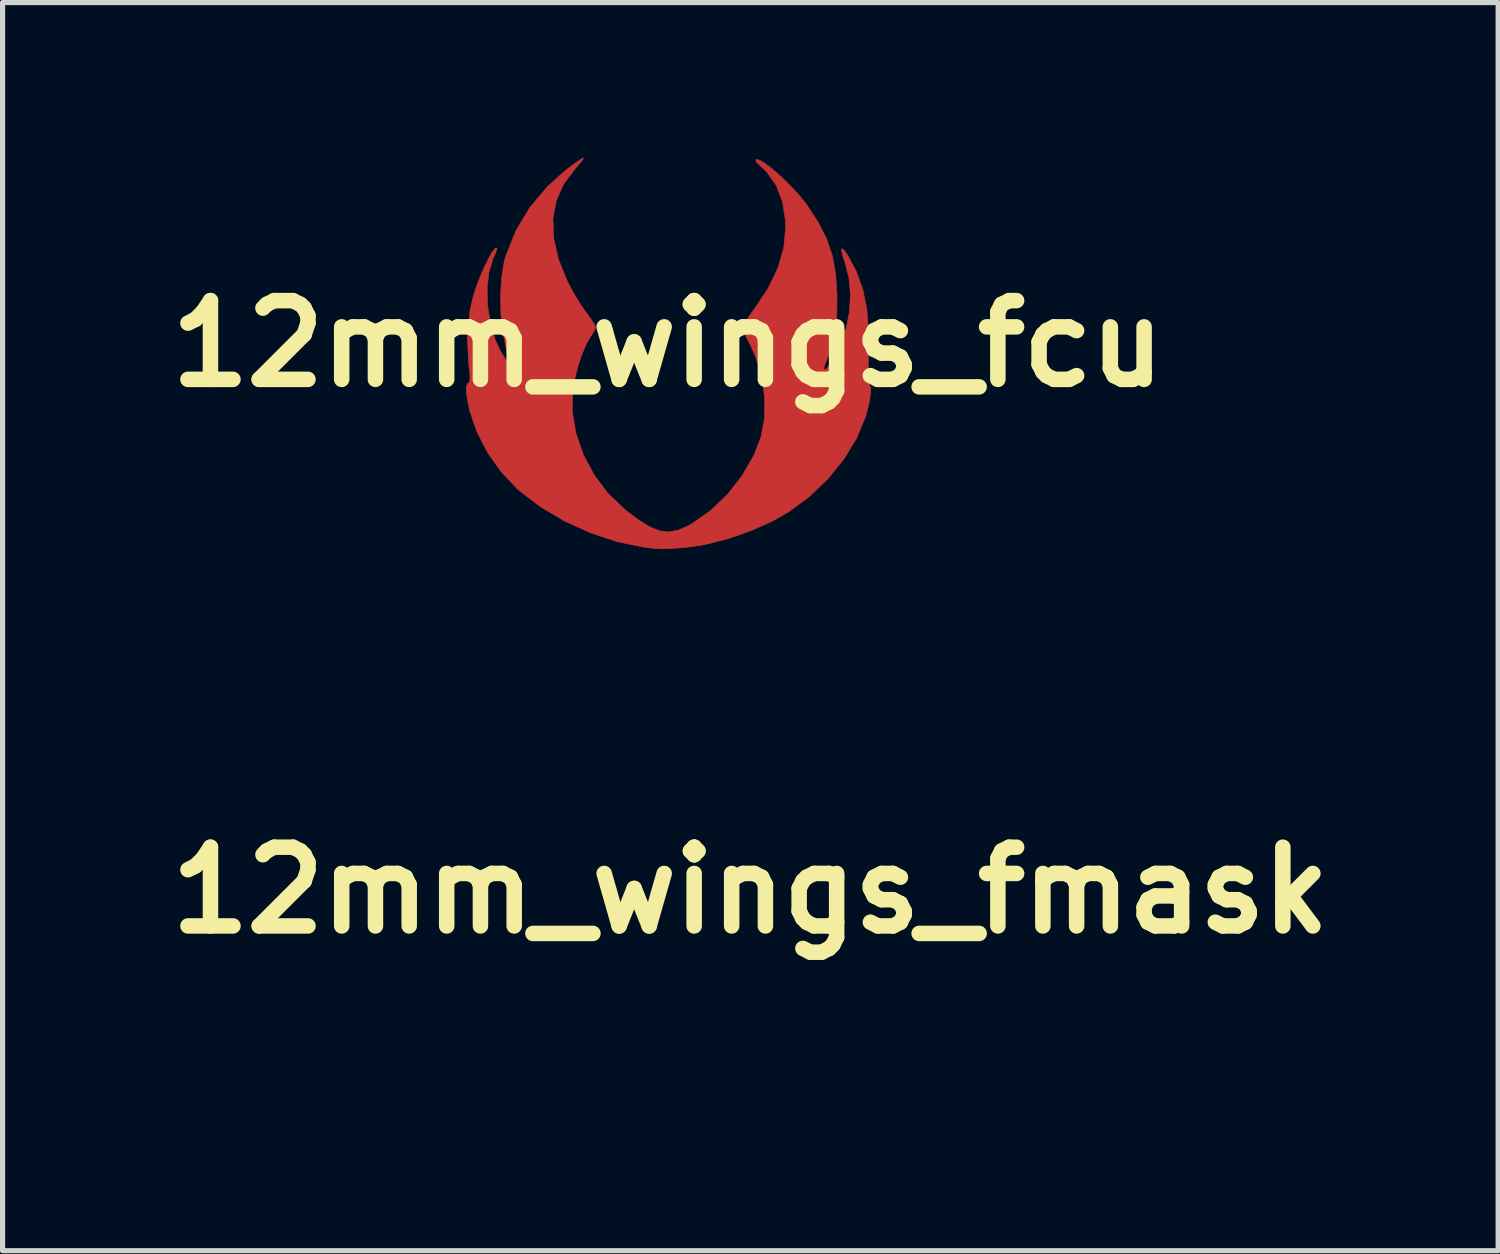
<source format=kicad_pcb>
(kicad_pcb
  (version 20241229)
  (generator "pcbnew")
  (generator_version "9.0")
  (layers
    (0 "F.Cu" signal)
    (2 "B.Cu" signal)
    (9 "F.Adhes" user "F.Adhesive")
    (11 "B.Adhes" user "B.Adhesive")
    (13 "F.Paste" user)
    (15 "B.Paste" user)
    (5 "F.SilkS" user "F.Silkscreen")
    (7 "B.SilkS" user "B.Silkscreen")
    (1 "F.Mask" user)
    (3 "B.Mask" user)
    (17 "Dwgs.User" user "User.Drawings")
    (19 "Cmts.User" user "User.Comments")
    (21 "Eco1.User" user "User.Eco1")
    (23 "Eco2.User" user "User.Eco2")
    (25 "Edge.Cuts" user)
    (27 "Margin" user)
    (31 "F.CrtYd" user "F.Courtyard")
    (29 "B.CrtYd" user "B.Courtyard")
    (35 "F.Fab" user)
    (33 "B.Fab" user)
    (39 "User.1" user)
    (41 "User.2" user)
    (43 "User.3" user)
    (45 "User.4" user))
  (footprint "12mm_wings_fcu"
    (layer "F.Cu")
    (at 9.877 3.603)
    (property "Reference" "12mm_wings_fcu" (at 0 0 0) (layer "F.SilkS") (effects (font (size 1.524 1.524) (thickness 0.3))))
    (attr through_hole)
    (fp_poly (pts (xy -1.643 -3.571) (xy -1.697 -3.498) (xy -1.788 -3.395) (xy -1.796 -3.385) (xy -2.018 -3.091) (xy -2.161 -2.766) (xy -2.225 -2.414) (xy -2.21 -2.035) (xy -2.116 -1.63) (xy -1.945 -1.206) (xy -1.841 -1.01) (xy -1.719 -0.805) (xy -1.603 -0.633) (xy -1.589 -0.615) (xy -1.496 -0.487) (xy -1.428 -0.382) (xy -1.398 -0.32) (xy -1.397 -0.316) (xy -1.42 -0.256) (xy -1.479 -0.161) (xy -1.504 -0.125) (xy -1.586 0.019) (xy -1.67 0.222) (xy -1.746 0.458) (xy -1.807 0.7) (xy -1.843 0.915) (xy -1.848 1.326) (xy -1.777 1.743) (xy -1.634 2.153) (xy -1.426 2.541) (xy -1.159 2.897) (xy -0.837 3.205) (xy -0.817 3.222) (xy -0.559 3.415) (xy -0.343 3.548) (xy -0.155 3.623) (xy 0.019 3.642) (xy 0.194 3.61) (xy 0.383 3.528) (xy 0.466 3.482) (xy 0.826 3.229) (xy 1.155 2.914) (xy 1.437 2.554) (xy 1.661 2.165) (xy 1.803 1.799) (xy 1.87 1.439) (xy 1.873 1.047) (xy 1.816 0.646) (xy 1.7 0.258) (xy 1.584 0.001) (xy 1.513 -0.138) (xy 1.462 -0.251) (xy 1.44 -0.314) (xy 1.439 -0.316) (xy 1.463 -0.368) (xy 1.528 -0.468) (xy 1.62 -0.6) (xy 1.668 -0.665) (xy 1.941 -1.075) (xy 2.132 -1.474) (xy 2.244 -1.869) (xy 2.279 -2.265) (xy 2.274 -2.392) (xy 2.216 -2.756) (xy 2.094 -3.069) (xy 1.911 -3.328) (xy 1.789 -3.443) (xy 1.71 -3.521) (xy 1.699 -3.564) (xy 1.752 -3.562) (xy 1.825 -3.527) (xy 1.975 -3.421) (xy 2.156 -3.267) (xy 2.345 -3.085) (xy 2.523 -2.895) (xy 2.67 -2.716) (xy 2.688 -2.69) (xy 2.911 -2.349) (xy 3.074 -2.027) (xy 3.184 -1.7) (xy 3.248 -1.347) (xy 3.273 -0.944) (xy 3.273 -0.804) (xy 3.269 -0.539) (xy 3.255 -0.328) (xy 3.226 -0.144) (xy 3.175 0.041) (xy 3.098 0.256) (xy 3.027 0.434) (xy 3.02 0.494) (xy 3.038 0.508) (xy 3.081 0.472) (xy 3.145 0.374) (xy 3.222 0.234) (xy 3.303 0.068) (xy 3.377 -0.104) (xy 3.438 -0.266) (xy 3.454 -0.318) (xy 3.515 -0.625) (xy 3.532 -0.955) (xy 3.504 -1.277) (xy 3.432 -1.557) (xy 3.377 -1.721) (xy 3.358 -1.817) (xy 3.373 -1.844) (xy 3.421 -1.797) (xy 3.482 -1.708) (xy 3.652 -1.388) (xy 3.774 -1.045) (xy 3.851 -0.664) (xy 3.886 -0.233) (xy 3.885 0.198) (xy 3.879 0.449) (xy 3.881 0.639) (xy 3.89 0.76) (xy 3.905 0.804) (xy 3.906 0.804) (xy 3.926 0.842) (xy 3.925 0.942) (xy 3.905 1.086) (xy 3.869 1.254) (xy 3.823 1.418) (xy 3.651 1.833) (xy 3.404 2.236) (xy 3.096 2.616) (xy 2.736 2.96) (xy 2.336 3.255) (xy 2.023 3.434) (xy 1.601 3.622) (xy 1.162 3.775) (xy 0.735 3.884) (xy 0.394 3.937) (xy 0.172 3.957) (xy 0.007 3.968) (xy -0.127 3.97) (xy -0.256 3.962) (xy -0.407 3.945) (xy -0.466 3.937) (xy -0.974 3.834) (xy -1.49 3.664) (xy -1.993 3.436) (xy -2.461 3.16) (xy -2.873 2.846) (xy -2.917 2.807) (xy -3.225 2.481) (xy -3.488 2.109) (xy -3.695 1.709) (xy -3.837 1.3) (xy -3.884 1.067) (xy -3.903 0.913) (xy -3.901 0.823) (xy -3.878 0.777) (xy -3.867 0.769) (xy -3.84 0.738) (xy -3.83 0.673) (xy -3.836 0.558) (xy -3.856 0.379) (xy -3.882 -0.131) (xy -3.831 -0.639) (xy -3.766 -0.926) (xy -3.712 -1.094) (xy -3.641 -1.281) (xy -3.56 -1.468) (xy -3.479 -1.636) (xy -3.406 -1.765) (xy -3.352 -1.836) (xy -3.345 -1.841) (xy -3.313 -1.856) (xy -3.308 -1.835) (xy -3.333 -1.764) (xy -3.385 -1.645) (xy -3.464 -1.383) (xy -3.498 -1.072) (xy -3.489 -0.736) (xy -3.436 -0.397) (xy -3.341 -0.078) (xy -3.337 -0.067) (xy -3.278 0.066) (xy -3.209 0.195) (xy -3.142 0.301) (xy -3.09 0.364) (xy -3.067 0.372) (xy -3.071 0.327) (xy -3.094 0.222) (xy -3.131 0.077) (xy -3.141 0.041) (xy -3.2 -0.253) (xy -3.233 -0.59) (xy -3.239 -0.941) (xy -3.218 -1.281) (xy -3.17 -1.58) (xy -3.14 -1.693) (xy -2.944 -2.183) (xy -2.675 -2.633) (xy -2.334 -3.039) (xy -2.013 -3.329) (xy -1.868 -3.442) (xy -1.746 -3.531) (xy -1.663 -3.586) (xy -1.636 -3.598) (xy -1.643 -3.571)) (stroke (width 0.01) (type solid)) (fill yes) (layer "F.Cu")))
  (footprint "12mm_wings_fmask"
    (layer "F.Cu")
    (at 11.474 14.182)
    (property "Reference" "12mm_wings_fmask" (at 0 0 0) (layer "F.SilkS") (effects (font (size 1.524 1.524) (thickness 0.3))))
    (attr through_hole)
    (fp_poly (pts (xy -1.643 -3.571) (xy -1.697 -3.498) (xy -1.788 -3.395) (xy -1.796 -3.385) (xy -2.018 -3.091) (xy -2.161 -2.766) (xy -2.225 -2.414) (xy -2.21 -2.035) (xy -2.116 -1.63) (xy -1.945 -1.206) (xy -1.841 -1.01) (xy -1.719 -0.805) (xy -1.603 -0.633) (xy -1.589 -0.615) (xy -1.496 -0.487) (xy -1.428 -0.382) (xy -1.398 -0.32) (xy -1.397 -0.316) (xy -1.42 -0.256) (xy -1.479 -0.161) (xy -1.504 -0.125) (xy -1.586 0.019) (xy -1.67 0.222) (xy -1.746 0.458) (xy -1.807 0.7) (xy -1.843 0.915) (xy -1.848 1.326) (xy -1.777 1.743) (xy -1.634 2.153) (xy -1.426 2.541) (xy -1.159 2.897) (xy -0.837 3.205) (xy -0.817 3.222) (xy -0.559 3.415) (xy -0.343 3.548) (xy -0.155 3.623) (xy 0.019 3.642) (xy 0.194 3.61) (xy 0.383 3.528) (xy 0.466 3.482) (xy 0.826 3.229) (xy 1.155 2.914) (xy 1.437 2.554) (xy 1.661 2.165) (xy 1.803 1.799) (xy 1.87 1.439) (xy 1.873 1.047) (xy 1.816 0.646) (xy 1.7 0.258) (xy 1.584 0.001) (xy 1.513 -0.138) (xy 1.462 -0.251) (xy 1.44 -0.314) (xy 1.439 -0.316) (xy 1.463 -0.368) (xy 1.528 -0.468) (xy 1.62 -0.6) (xy 1.668 -0.665) (xy 1.941 -1.075) (xy 2.132 -1.474) (xy 2.244 -1.869) (xy 2.279 -2.265) (xy 2.274 -2.392) (xy 2.216 -2.756) (xy 2.094 -3.069) (xy 1.911 -3.328) (xy 1.789 -3.443) (xy 1.71 -3.521) (xy 1.699 -3.564) (xy 1.752 -3.562) (xy 1.825 -3.527) (xy 1.975 -3.421) (xy 2.156 -3.267) (xy 2.345 -3.085) (xy 2.523 -2.895) (xy 2.67 -2.716) (xy 2.688 -2.69) (xy 2.911 -2.349) (xy 3.074 -2.027) (xy 3.184 -1.7) (xy 3.248 -1.347) (xy 3.273 -0.944) (xy 3.273 -0.804) (xy 3.269 -0.539) (xy 3.255 -0.328) (xy 3.226 -0.144) (xy 3.175 0.041) (xy 3.098 0.256) (xy 3.027 0.434) (xy 3.02 0.494) (xy 3.038 0.508) (xy 3.081 0.472) (xy 3.145 0.374) (xy 3.222 0.234) (xy 3.303 0.068) (xy 3.377 -0.104) (xy 3.438 -0.266) (xy 3.454 -0.318) (xy 3.515 -0.625) (xy 3.532 -0.955) (xy 3.504 -1.277) (xy 3.432 -1.557) (xy 3.377 -1.721) (xy 3.358 -1.817) (xy 3.373 -1.844) (xy 3.421 -1.797) (xy 3.482 -1.708) (xy 3.652 -1.388) (xy 3.774 -1.045) (xy 3.851 -0.664) (xy 3.886 -0.233) (xy 3.885 0.198) (xy 3.879 0.449) (xy 3.881 0.639) (xy 3.89 0.76) (xy 3.905 0.804) (xy 3.906 0.804) (xy 3.926 0.842) (xy 3.925 0.942) (xy 3.905 1.086) (xy 3.869 1.254) (xy 3.823 1.418) (xy 3.651 1.833) (xy 3.404 2.236) (xy 3.096 2.616) (xy 2.736 2.96) (xy 2.336 3.255) (xy 2.023 3.434) (xy 1.601 3.622) (xy 1.162 3.775) (xy 0.735 3.884) (xy 0.394 3.937) (xy 0.172 3.957) (xy 0.007 3.968) (xy -0.127 3.97) (xy -0.256 3.962) (xy -0.407 3.945) (xy -0.466 3.937) (xy -0.974 3.834) (xy -1.49 3.664) (xy -1.993 3.436) (xy -2.461 3.16) (xy -2.873 2.846) (xy -2.917 2.807) (xy -3.225 2.481) (xy -3.488 2.109) (xy -3.695 1.709) (xy -3.837 1.3) (xy -3.884 1.067) (xy -3.903 0.913) (xy -3.901 0.823) (xy -3.878 0.777) (xy -3.867 0.769) (xy -3.84 0.738) (xy -3.83 0.673) (xy -3.836 0.558) (xy -3.856 0.379) (xy -3.882 -0.131) (xy -3.831 -0.639) (xy -3.766 -0.926) (xy -3.712 -1.094) (xy -3.641 -1.281) (xy -3.56 -1.468) (xy -3.479 -1.636) (xy -3.406 -1.765) (xy -3.352 -1.836) (xy -3.345 -1.841) (xy -3.313 -1.856) (xy -3.308 -1.835) (xy -3.333 -1.764) (xy -3.385 -1.645) (xy -3.464 -1.383) (xy -3.498 -1.072) (xy -3.489 -0.736) (xy -3.436 -0.397) (xy -3.341 -0.078) (xy -3.337 -0.067) (xy -3.278 0.066) (xy -3.209 0.195) (xy -3.142 0.301) (xy -3.09 0.364) (xy -3.067 0.372) (xy -3.071 0.327) (xy -3.094 0.222) (xy -3.131 0.077) (xy -3.141 0.041) (xy -3.2 -0.253) (xy -3.233 -0.59) (xy -3.239 -0.941) (xy -3.218 -1.281) (xy -3.17 -1.58) (xy -3.14 -1.693) (xy -2.944 -2.183) (xy -2.675 -2.633) (xy -2.334 -3.039) (xy -2.013 -3.329) (xy -1.868 -3.442) (xy -1.746 -3.531) (xy -1.663 -3.586) (xy -1.636 -3.598) (xy -1.643 -3.571)) (stroke (width 0.01) (type solid)) (fill yes) (layer "F.Mask")))
  (gr_rect
    (start -3 -3)
    (end 25.947 21.157)
    (stroke (width 0.1) (type default))
    (fill no)
    (layer "Edge.Cuts")))
</source>
